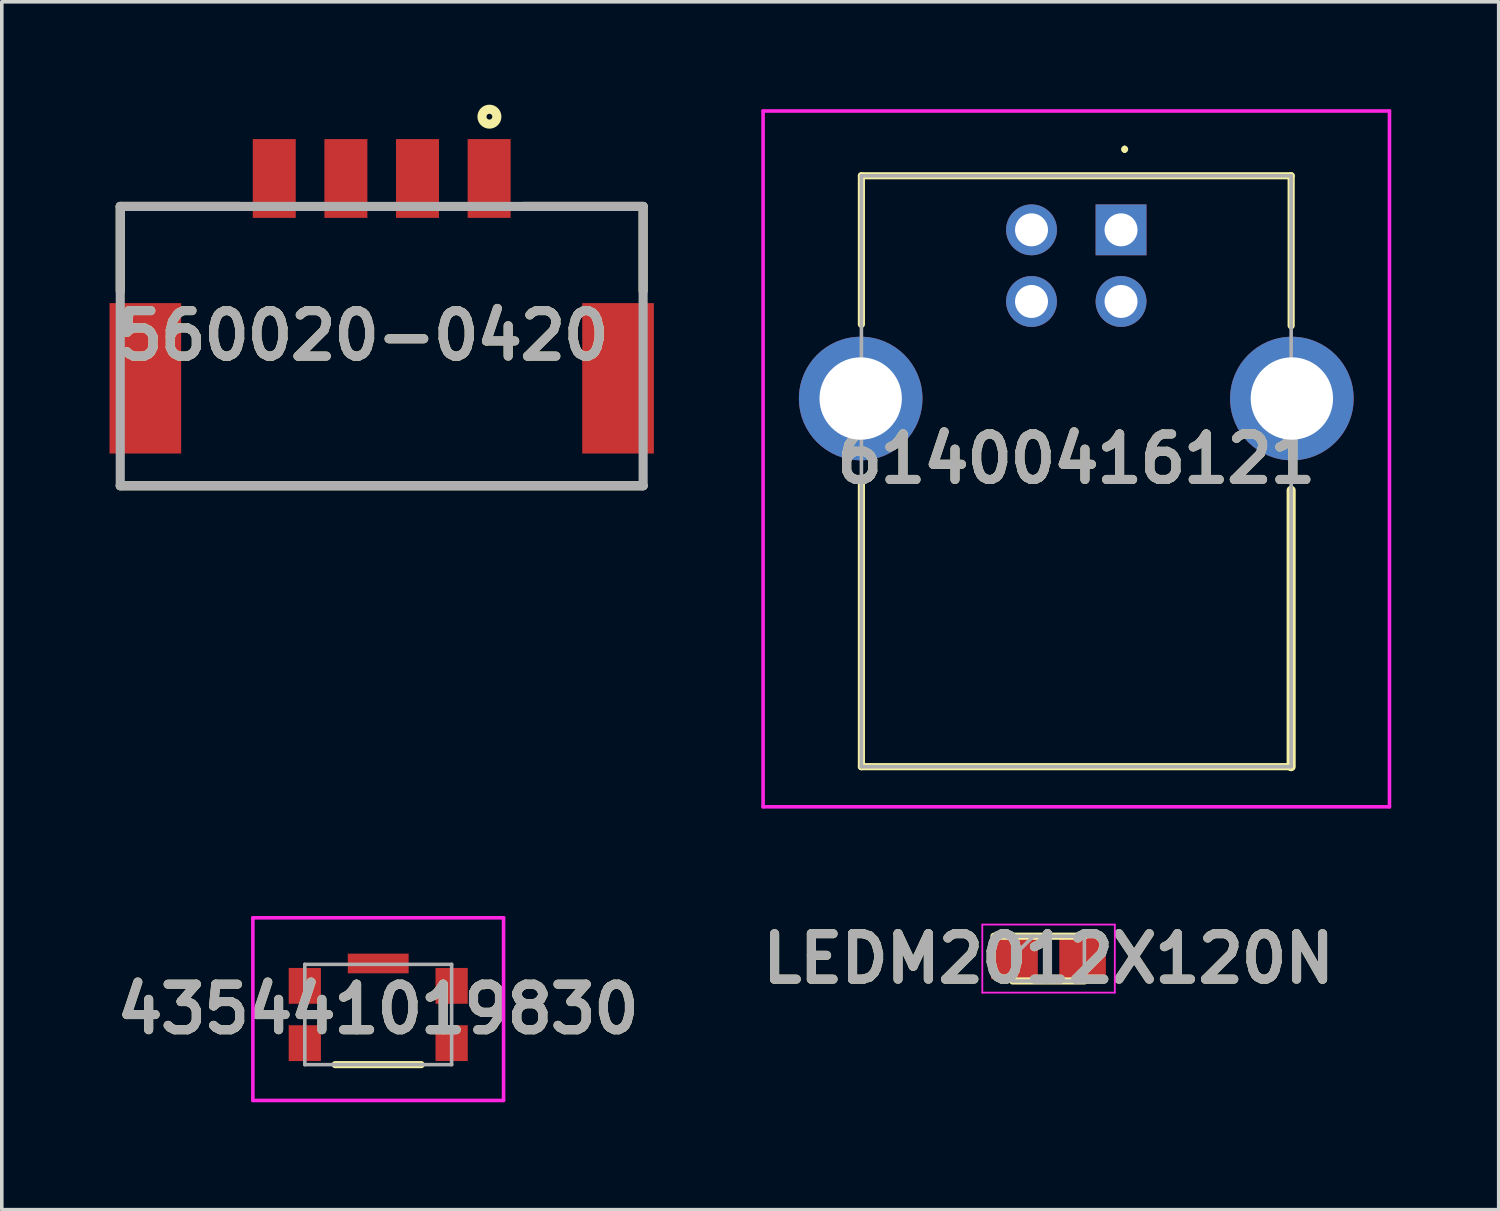
<source format=kicad_pcb>
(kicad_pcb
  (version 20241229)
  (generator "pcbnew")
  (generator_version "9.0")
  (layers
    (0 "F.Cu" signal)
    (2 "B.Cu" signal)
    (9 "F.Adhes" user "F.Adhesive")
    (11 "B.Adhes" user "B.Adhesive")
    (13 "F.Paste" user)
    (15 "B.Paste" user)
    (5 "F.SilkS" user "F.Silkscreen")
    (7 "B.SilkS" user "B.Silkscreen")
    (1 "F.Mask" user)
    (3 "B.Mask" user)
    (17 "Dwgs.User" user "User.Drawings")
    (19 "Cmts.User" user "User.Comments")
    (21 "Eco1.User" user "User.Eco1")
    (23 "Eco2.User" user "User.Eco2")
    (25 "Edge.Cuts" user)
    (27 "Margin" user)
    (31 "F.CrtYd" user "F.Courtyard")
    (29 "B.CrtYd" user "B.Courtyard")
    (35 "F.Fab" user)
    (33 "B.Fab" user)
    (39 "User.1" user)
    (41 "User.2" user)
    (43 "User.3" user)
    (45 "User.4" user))
  (footprint "560020-0420"
    (layer "F.Cu")
    (at 7.608 10.514)
    (property "Reference" "560020-0420" (at -0.52 -4.195 0) (layer "F.SilkS") (effects (font (size 1.27 1.27) (thickness 0.254))))
    (attr smd)
    (fp_line (start -7.3 -7.8) (end -7.3 -5.44) (stroke (width 0.254) (type solid)) (layer "F.SilkS"))
    (fp_line (start -7.3 -7.8) (end -3.966 -7.8) (stroke (width 0.254) (type solid)) (layer "F.SilkS"))
    (fp_line (start -7.3 0) (end 7.3 0) (stroke (width 0.254) (type solid)) (layer "F.SilkS"))
    (fp_line (start 7.3 -7.8) (end 3.966 -7.8) (stroke (width 0.254) (type solid)) (layer "F.SilkS"))
    (fp_line (start 7.3 -7.8) (end 7.3 -5.44) (stroke (width 0.254) (type solid)) (layer "F.SilkS"))
    (fp_circle (center 3.008 -10.306) (end 3.008 -10.225) (stroke (width 0.254) (type solid)) (fill no) (layer "F.SilkS"))
    (fp_line (start -7.3 -7.8) (end 7.3 -7.8) (stroke (width 0.254) (type solid)) (layer "F.Fab"))
    (fp_line (start -7.3 0) (end -7.3 -7.8) (stroke (width 0.254) (type solid)) (layer "F.Fab"))
    (fp_line (start 7.3 -7.8) (end 7.3 0) (stroke (width 0.254) (type solid)) (layer "F.Fab"))
    (fp_line (start 7.3 0) (end -7.3 0) (stroke (width 0.254) (type solid)) (layer "F.Fab"))
    (fp_text user "${REFERENCE}" (at -0.52 -4.195 0) (layer "F.Fab") (effects (font (size 1.27 1.27) (thickness 0.254))))
    (pad "1" smd rect (at 3 -8.58) (size 1.2 2.2) (layers "F.Cu" "F.Mask" "F.Paste"))
    (pad "2" smd rect (at 1 -8.58) (size 1.2 2.2) (layers "F.Cu" "F.Mask" "F.Paste"))
    (pad "3" smd rect (at -1 -8.58) (size 1.2 2.2) (layers "F.Cu" "F.Mask" "F.Paste"))
    (pad "4" smd rect (at -3 -8.58) (size 1.2 2.2) (layers "F.Cu" "F.Mask" "F.Paste"))
    (pad "5" smd rect (at -6.6 -3) (size 2 4.2) (layers "F.Cu" "F.Mask" "F.Paste"))
    (pad "6" smd rect (at 6.6 -3) (size 2 4.2) (layers "F.Cu" "F.Mask" "F.Paste")))
  (footprint "LEDM2012X120N"
    (layer "F.Cu")
    (at 26.229 23.717)
    (property "Reference" "LEDM2012X120N" (at 0 0 0) (layer "F.SilkS") (effects (font (size 1.27 1.27) (thickness 0.254))))
    (attr smd)
    (fp_line (start -1 0.625) (end 1 0.625) (stroke (width 0.2) (type solid)) (layer "F.SilkS"))
    (fp_line (start 1 -0.625) (end -1.525 -0.625) (stroke (width 0.2) (type solid)) (layer "F.SilkS"))
    (fp_line (start -1.85 -0.95) (end 1.85 -0.95) (stroke (width 0.05) (type solid)) (layer "F.CrtYd"))
    (fp_line (start -1.85 0.95) (end -1.85 -0.95) (stroke (width 0.05) (type solid)) (layer "F.CrtYd"))
    (fp_line (start 1.85 -0.95) (end 1.85 0.95) (stroke (width 0.05) (type solid)) (layer "F.CrtYd"))
    (fp_line (start 1.85 0.95) (end -1.85 0.95) (stroke (width 0.05) (type solid)) (layer "F.CrtYd"))
    (fp_line (start -1 -0.625) (end 1 -0.625) (stroke (width 0.1) (type solid)) (layer "F.Fab"))
    (fp_line (start -1 -0.05) (end -0.425 -0.625) (stroke (width 0.1) (type solid)) (layer "F.Fab"))
    (fp_line (start -1 0.625) (end -1 -0.625) (stroke (width 0.1) (type solid)) (layer "F.Fab"))
    (fp_line (start 1 -0.625) (end 1 0.625) (stroke (width 0.1) (type solid)) (layer "F.Fab"))
    (fp_line (start 1 0.625) (end -1 0.625) (stroke (width 0.1) (type solid)) (layer "F.Fab"))
    (fp_text user "${REFERENCE}" (at 0 0 0) (layer "F.Fab") (effects (font (size 1.27 1.27) (thickness 0.254))))
    (pad "1" smd rect (at -0.95 0 90) (size 1.15 1.3) (layers "F.Cu" "F.Mask" "F.Paste"))
    (pad "2" smd rect (at 0.95 0 90) (size 1.15 1.3) (layers "F.Cu" "F.Mask" "F.Paste")))
  (footprint "61400416121"
    (layer "F.Cu")
    (at 28.253 3.368)
    (property "Reference" "61400416121" (at -1.25 6.396 0) (layer "F.SilkS") (effects (font (size 1.27 1.27) (thickness 0.254))))
    (attr through_hole)
    (fp_line (start -7.25 -1.51) (end -7.25 2.639) (stroke (width 0.2) (type solid)) (layer "F.SilkS"))
    (fp_line (start -7.25 14.99) (end -7.25 7.088) (stroke (width 0.2) (type solid)) (layer "F.SilkS"))
    (fp_line (start 0.1 -2.3) (end 0.1 -2.3) (stroke (width 0.1) (type solid)) (layer "F.SilkS"))
    (fp_line (start 0.1 -2.2) (end 0.1 -2.2) (stroke (width 0.1) (type solid)) (layer "F.SilkS"))
    (fp_line (start 4.75 -1.51) (end -7.25 -1.51) (stroke (width 0.2) (type solid)) (layer "F.SilkS"))
    (fp_line (start 4.75 -1.51) (end 4.75 2.676) (stroke (width 0.2) (type solid)) (layer "F.SilkS"))
    (fp_line (start 4.75 14.99) (end -7.25 14.99) (stroke (width 0.2) (type solid)) (layer "F.SilkS"))
    (fp_line (start 4.75 14.99) (end 4.75 7.272) (stroke (width 0.254) (type solid)) (layer "F.SilkS"))
    (fp_arc (start 0.1 -2.3) (mid 0.15 -2.25) (end 0.1 -2.2) (stroke (width 0.1) (type solid)) (layer "F.SilkS"))
    (fp_arc (start 0.1 -2.2) (mid 0.05 -2.25) (end 0.1 -2.3) (stroke (width 0.1) (type solid)) (layer "F.SilkS"))
    (fp_line (start -9.995 -3.318) (end 7.495 -3.318) (stroke (width 0.1) (type solid)) (layer "F.CrtYd"))
    (fp_line (start -9.995 16.11) (end -9.995 -3.318) (stroke (width 0.1) (type solid)) (layer "F.CrtYd"))
    (fp_line (start 7.495 -3.318) (end 7.495 16.11) (stroke (width 0.1) (type solid)) (layer "F.CrtYd"))
    (fp_line (start 7.495 16.11) (end -9.995 16.11) (stroke (width 0.1) (type solid)) (layer "F.CrtYd"))
    (fp_line (start -7.25 -1.51) (end 4.75 -1.51) (stroke (width 0.1) (type solid)) (layer "F.Fab"))
    (fp_line (start -7.25 14.99) (end -7.25 -1.51) (stroke (width 0.1) (type solid)) (layer "F.Fab"))
    (fp_line (start 4.75 -1.51) (end 4.75 14.99) (stroke (width 0.1) (type solid)) (layer "F.Fab"))
    (fp_line (start 4.75 14.99) (end -7.25 14.99) (stroke (width 0.1) (type solid)) (layer "F.Fab"))
    (fp_text user "${REFERENCE}" (at -1.25 6.396 0) (layer "F.Fab") (effects (font (size 1.27 1.27) (thickness 0.254))))
    (pad "1" thru_hole rect (at 0 0) (size 1.42 1.42) (drill 0.92) (layers "*.Cu" "*.Mask"))
    (pad "2" thru_hole circle (at -2.5 0) (size 1.42 1.42) (drill 0.92) (layers "*.Cu" "*.Mask"))
    (pad "3" thru_hole circle (at -2.5 2) (size 1.42 1.42) (drill 0.92) (layers "*.Cu" "*.Mask"))
    (pad "4" thru_hole circle (at 0 2) (size 1.42 1.42) (drill 0.92) (layers "*.Cu" "*.Mask"))
    (pad "MH1" thru_hole circle (at 4.77 4.71) (size 3.45 3.45) (drill 2.3) (layers "*.Cu" "*.Mask"))
    (pad "MH2" thru_hole circle (at -7.27 4.71) (size 3.45 3.45) (drill 2.3) (layers "*.Cu" "*.Mask")))
  (footprint "435441019830"
    (layer "F.Cu")
    (at 7.511 25.278)
    (property "Reference" "435441019830" (at 0 -0.15 0) (layer "F.SilkS") (effects (font (size 1.27 1.27) (thickness 0.254))))
    (attr smd)
    (fp_line (start 1.2 1.4) (end -1.2 1.4) (stroke (width 0.2) (type solid)) (layer "F.SilkS"))
    (fp_line (start 2.9 -0.8) (end 2.9 -0.8) (stroke (width 0.1) (type solid)) (layer "F.SilkS"))
    (fp_line (start 3 -0.8) (end 3 -0.8) (stroke (width 0.1) (type solid)) (layer "F.SilkS"))
    (fp_arc (start 2.9 -0.8) (mid 2.95 -0.85) (end 3 -0.8) (stroke (width 0.1) (type solid)) (layer "F.SilkS"))
    (fp_arc (start 3 -0.8) (mid 2.95 -0.75) (end 2.9 -0.8) (stroke (width 0.1) (type solid)) (layer "F.SilkS"))
    (fp_line (start -3.5 -2.7) (end 3.5 -2.7) (stroke (width 0.1) (type solid)) (layer "F.CrtYd"))
    (fp_line (start -3.5 2.4) (end -3.5 -2.7) (stroke (width 0.1) (type solid)) (layer "F.CrtYd"))
    (fp_line (start 3.5 -2.7) (end 3.5 2.4) (stroke (width 0.1) (type solid)) (layer "F.CrtYd"))
    (fp_line (start 3.5 2.4) (end -3.5 2.4) (stroke (width 0.1) (type solid)) (layer "F.CrtYd"))
    (fp_line (start -2.05 -1.4) (end 2.05 -1.4) (stroke (width 0.1) (type solid)) (layer "F.Fab"))
    (fp_line (start -2.05 1.4) (end -2.05 -1.4) (stroke (width 0.1) (type solid)) (layer "F.Fab"))
    (fp_line (start 2.05 -1.4) (end 2.05 1.4) (stroke (width 0.1) (type solid)) (layer "F.Fab"))
    (fp_line (start 2.05 1.4) (end -2.05 1.4) (stroke (width 0.1) (type solid)) (layer "F.Fab"))
    (fp_text user "${REFERENCE}" (at 0 -0.15 0) (layer "F.Fab") (effects (font (size 1.27 1.27) (thickness 0.254))))
    (pad "1" smd rect (at 2.05 -0.8) (size 0.9 1) (layers "F.Cu" "F.Mask" "F.Paste"))
    (pad "2" smd rect (at 2.05 0.8) (size 0.9 1) (layers "F.Cu" "F.Mask" "F.Paste"))
    (pad "3" smd rect (at -2.05 0.8) (size 0.9 1) (layers "F.Cu" "F.Mask" "F.Paste"))
    (pad "4" smd rect (at -2.05 -0.8) (size 0.9 1) (layers "F.Cu" "F.Mask" "F.Paste"))
    (pad "G1" smd rect (at 0 -1.425 90) (size 0.55 1.7) (layers "F.Cu" "F.Mask" "F.Paste")))
  (gr_rect
    (start -3 -3)
    (end 38.798 30.728)
    (stroke (width 0.1) (type default))
    (fill no)
    (layer "Edge.Cuts")))
</source>
